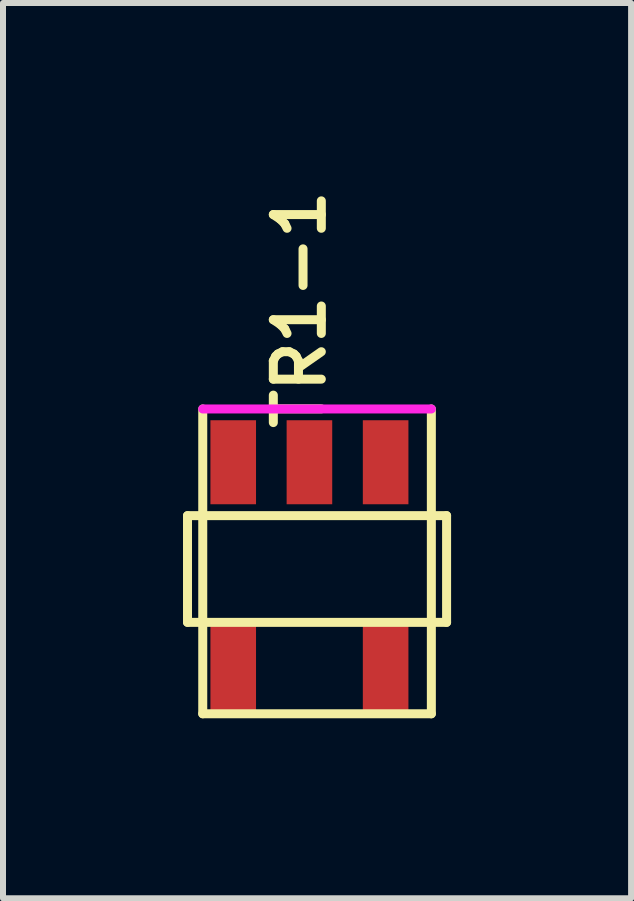
<source format=kicad_pcb>
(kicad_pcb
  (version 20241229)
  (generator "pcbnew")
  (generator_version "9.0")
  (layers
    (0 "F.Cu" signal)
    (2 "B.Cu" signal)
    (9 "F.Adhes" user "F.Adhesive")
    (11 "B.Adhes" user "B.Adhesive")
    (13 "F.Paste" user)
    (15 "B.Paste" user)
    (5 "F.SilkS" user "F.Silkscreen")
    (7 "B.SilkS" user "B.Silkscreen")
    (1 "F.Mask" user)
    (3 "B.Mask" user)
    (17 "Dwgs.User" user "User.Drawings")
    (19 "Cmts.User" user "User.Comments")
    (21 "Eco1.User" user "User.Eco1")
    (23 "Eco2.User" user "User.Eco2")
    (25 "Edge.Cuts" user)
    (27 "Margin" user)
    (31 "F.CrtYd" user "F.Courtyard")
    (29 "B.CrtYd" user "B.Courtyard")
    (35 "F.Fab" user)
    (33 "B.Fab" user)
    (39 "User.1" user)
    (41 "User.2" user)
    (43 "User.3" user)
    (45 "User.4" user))
  (footprint "TR1-1"
    (layer "F.Cu")
    (at 0.837 8.084)
    (property "Reference" "TR1-1" (at 1.106 -5.977 90) (layer "F.SilkS") (effects (font (size 0.8 0.8) (thickness 0.15))))
    (attr through_hole)
    (fp_line (start -0.762 -2.54) (end 3.556 -2.54) (stroke (width 0.15) (type solid)) (layer "F.SilkS"))
    (fp_line (start -0.762 -0.762) (end -0.762 -2.54) (stroke (width 0.15) (type solid)) (layer "F.SilkS"))
    (fp_line (start -0.508 -4.318) (end -0.508 0.762) (stroke (width 0.15) (type solid)) (layer "F.SilkS"))
    (fp_line (start -0.508 0.762) (end 3.302 0.762) (stroke (width 0.15) (type solid)) (layer "F.SilkS"))
    (fp_line (start 3.302 0.762) (end 3.302 -4.318) (stroke (width 0.15) (type solid)) (layer "F.SilkS"))
    (fp_line (start 3.556 -2.54) (end 3.556 -0.762) (stroke (width 0.15) (type solid)) (layer "F.SilkS"))
    (fp_line (start 3.556 -0.762) (end -0.762 -0.762) (stroke (width 0.15) (type solid)) (layer "F.SilkS"))
    (fp_line (start 3.302 -4.318) (end -0.508 -4.318) (stroke (width 0.15) (type solid)) (layer "F.CrtYd"))
    (pad "1" smd rect (at 0 -3.43) (size 0.76 1.4) (layers "F.Cu" "F.Mask" "F.Paste"))
    (pad "2" smd rect (at 1.27 -3.43) (size 0.76 1.4) (layers "F.Cu" "F.Mask" "F.Paste"))
    (pad "3" smd rect (at 2.54 -3.43) (size 0.76 1.4) (layers "F.Cu" "F.Mask" "F.Paste"))
    (pad "4" smd rect (at 2.54 0) (size 0.76 1.4) (layers "F.Cu" "F.Mask" "F.Paste"))
    (pad "5" smd rect (at 0 0) (size 0.76 1.4) (layers "F.Cu" "F.Mask" "F.Paste")))
  (gr_rect
    (start -3 -3)
    (end 7.468 11.921)
    (stroke (width 0.1) (type default))
    (fill no)
    (layer "Edge.Cuts")))
</source>
